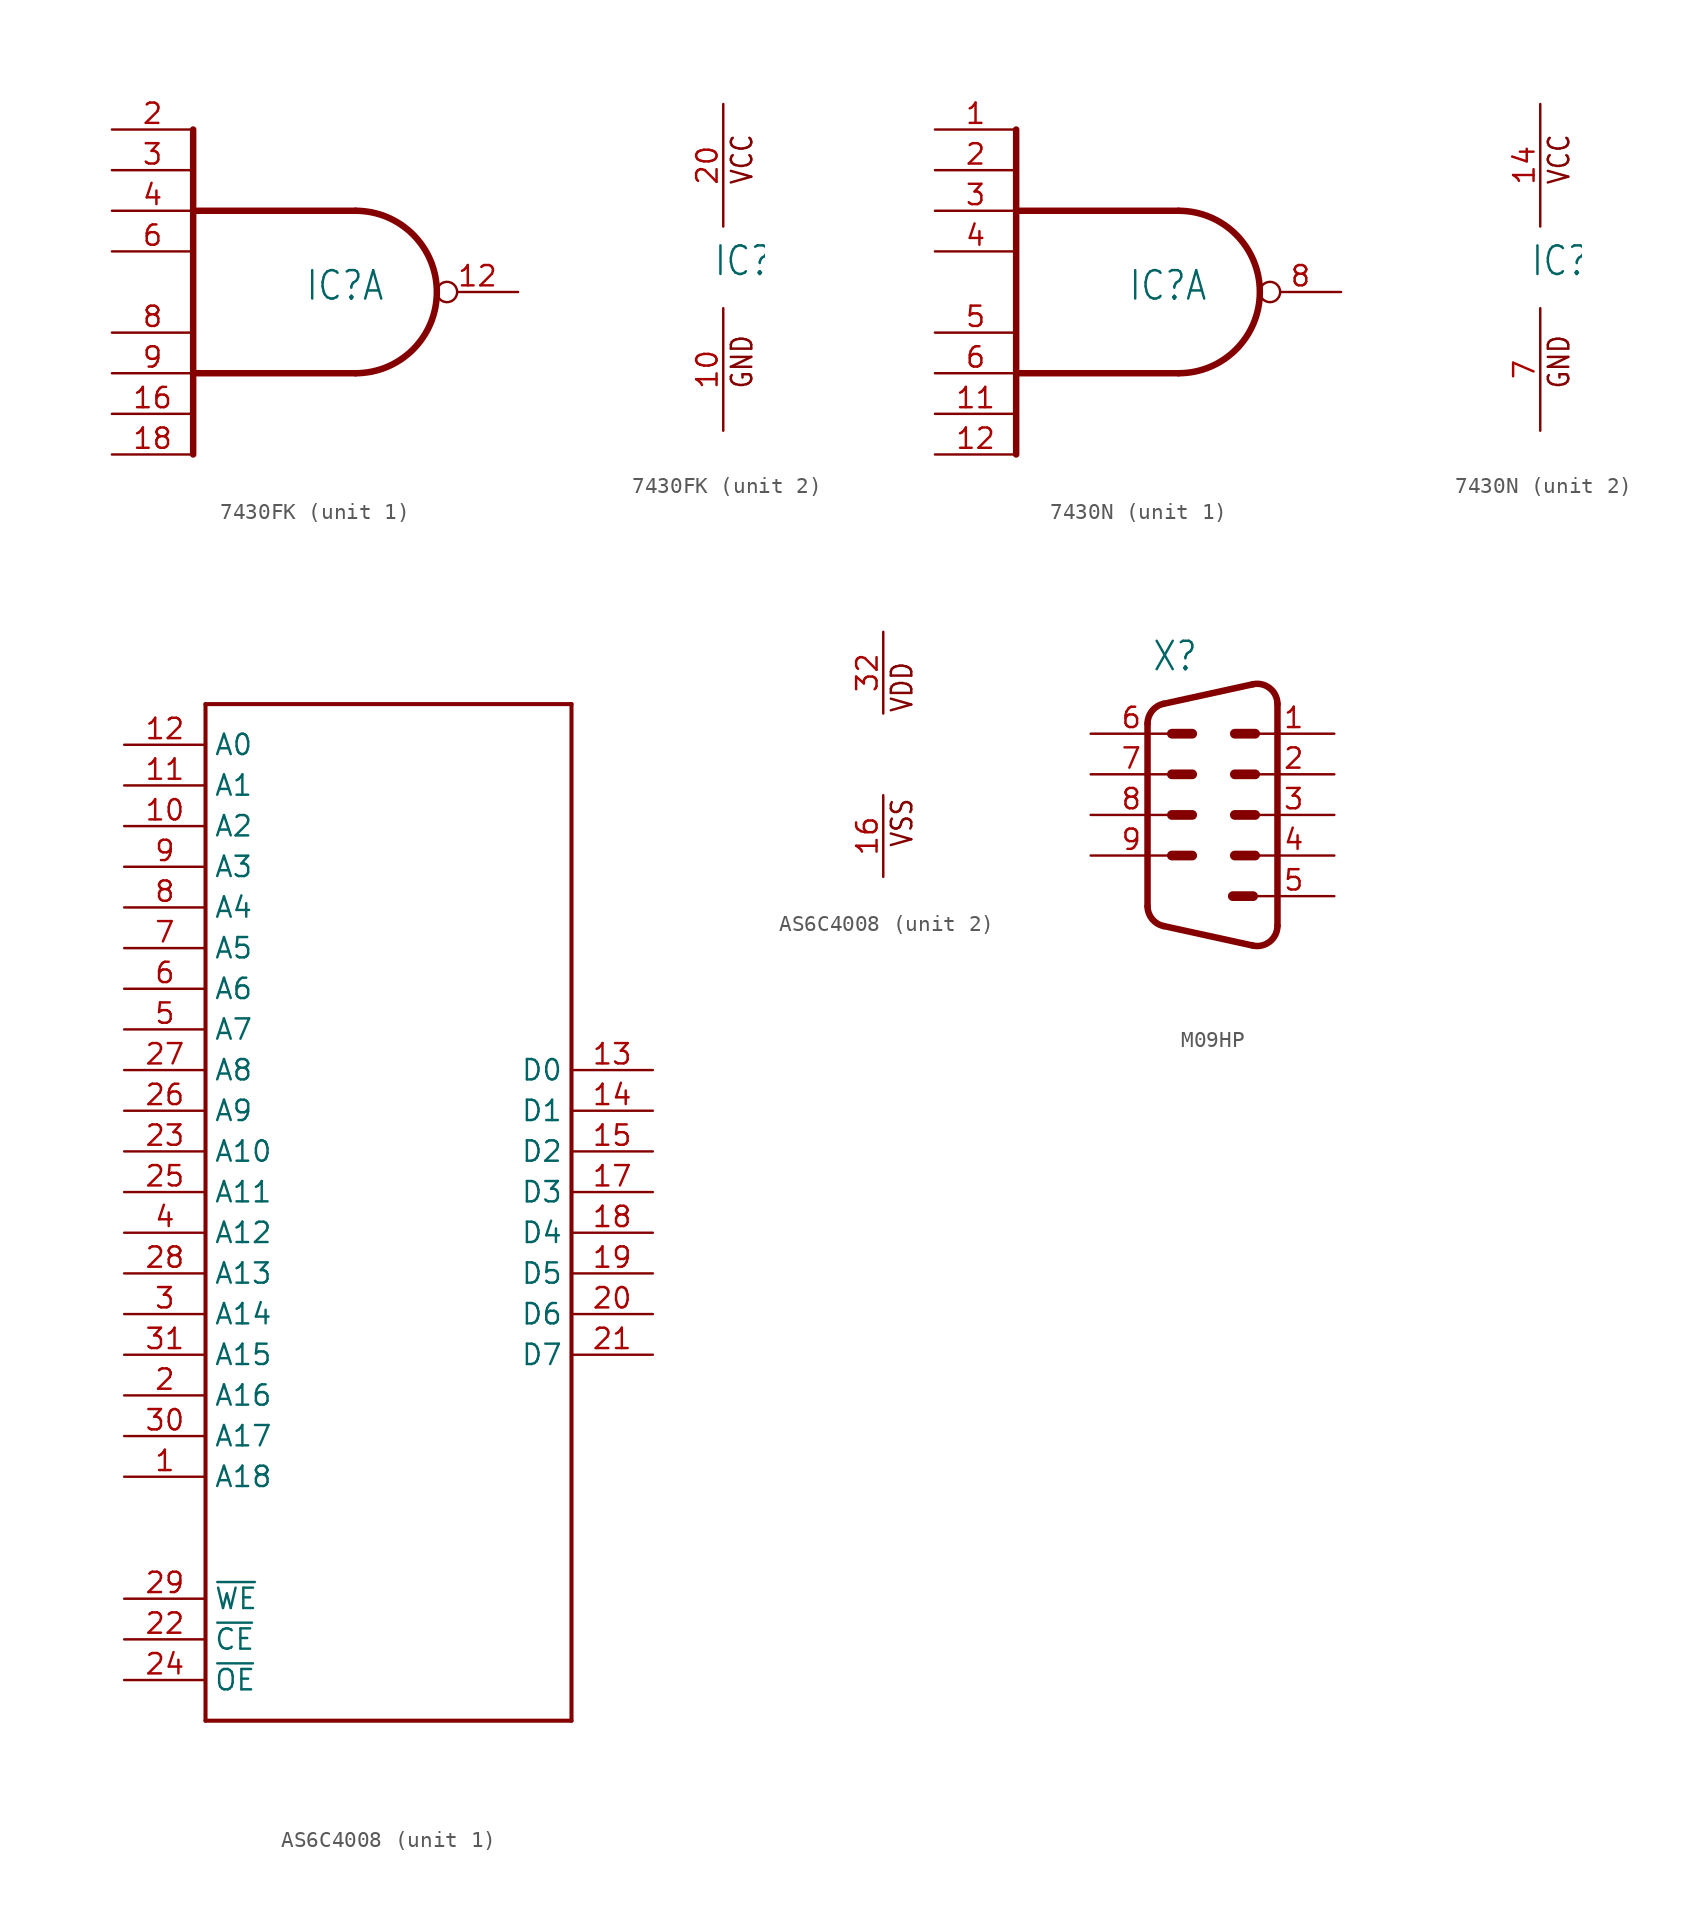
<source format=kicad_sym>
(kicad_symbol_lib
  (version 20220914)
  (generator kicad_symbol_editor)
  (symbol "7430FK"
    (property "Reference" "IC"
      (at -0.635 -0.635 0)
      (effects (font (size 1.778 1.511)) (justify left bottom)))
    (property "ki_locked" ""
      (at 0 0 0)
      (effects (font (size 1.27 1.27))))
    (symbol "7430FK_1_0"
      (polyline (pts (xy -7.62 -5.08) (xy 2.54 -5.08)) (stroke (width 0.406) (type solid)) (fill (type none)))
      (polyline (pts (xy -7.62 5.08) (xy 2.54 5.08)) (stroke (width 0.406) (type solid)) (fill (type none)))
      (polyline (pts (xy -7.62 10.16) (xy -7.62 -10.16)) (stroke (width 0.406) (type solid)) (fill (type none)))
      (arc (start 2.5398 -5.08) (mid 7.5978 -0.0001) (end 2.54 5.08) (stroke (width 0.4064) (type solid)) (fill (type none)))
      (pin output inverted (at 12.7 0 180) (length 5.08) (name "O" (effects (font (size 0 0)))) (number "12" (effects (font (size 1.27 1.27)))))
      (pin input line (at -12.7 -7.62 0) (length 5.08) (name "I6" (effects (font (size 0 0)))) (number "16" (effects (font (size 1.27 1.27)))))
      (pin input line (at -12.7 -10.16 0) (length 5.08) (name "I7" (effects (font (size 0 0)))) (number "18" (effects (font (size 1.27 1.27)))))
      (pin input line (at -12.7 10.16 0) (length 5.08) (name "I0" (effects (font (size 0 0)))) (number "2" (effects (font (size 1.27 1.27)))))
      (pin input line (at -12.7 7.62 0) (length 5.08) (name "I1" (effects (font (size 0 0)))) (number "3" (effects (font (size 1.27 1.27)))))
      (pin input line (at -12.7 5.08 0) (length 5.08) (name "I2" (effects (font (size 0 0)))) (number "4" (effects (font (size 1.27 1.27)))))
      (pin input line (at -12.7 2.54 0) (length 5.08) (name "I3" (effects (font (size 0 0)))) (number "6" (effects (font (size 1.27 1.27)))))
      (pin input line (at -12.7 -2.54 0) (length 5.08) (name "I4" (effects (font (size 0 0)))) (number "8" (effects (font (size 1.27 1.27)))))
      (pin input line (at -12.7 -5.08 0) (length 5.08) (name "I5" (effects (font (size 0 0)))) (number "9" (effects (font (size 1.27 1.27))))))
    (symbol "7430FK_2_0"
      (text "GND" (at 1.905 -7.62 900) (effects (font (size 1.27 1.079)) (justify left bottom)))
      (text "VCC" (at 1.905 5.08 900) (effects (font (size 1.27 1.079)) (justify left bottom)))
      (pin power_in line (at 0 -10.16 90) (length 7.62) (name "GND" (effects (font (size 0 0)))) (number "10" (effects (font (size 1.27 1.27)))))
      (pin power_in line (at 0 10.16 270) (length 7.62) (name "VCC" (effects (font (size 0 0)))) (number "20" (effects (font (size 1.27 1.27)))))))
  (symbol "7430N"
    (property "Reference" "IC"
      (at -0.635 -0.635 0)
      (effects (font (size 1.778 1.511)) (justify left bottom)))
    (property "ki_locked" ""
      (at 0 0 0)
      (effects (font (size 1.27 1.27))))
    (symbol "7430N_1_0"
      (polyline (pts (xy -7.62 -5.08) (xy 2.54 -5.08)) (stroke (width 0.406) (type solid)) (fill (type none)))
      (polyline (pts (xy -7.62 5.08) (xy 2.54 5.08)) (stroke (width 0.406) (type solid)) (fill (type none)))
      (polyline (pts (xy -7.62 10.16) (xy -7.62 -10.16)) (stroke (width 0.406) (type solid)) (fill (type none)))
      (arc (start 2.5398 -5.08) (mid 7.5978 -0.0001) (end 2.54 5.08) (stroke (width 0.4064) (type solid)) (fill (type none)))
      (pin input line (at -12.7 10.16 0) (length 5.08) (name "I0" (effects (font (size 0 0)))) (number "1" (effects (font (size 1.27 1.27)))))
      (pin input line (at -12.7 -7.62 0) (length 5.08) (name "I6" (effects (font (size 0 0)))) (number "11" (effects (font (size 1.27 1.27)))))
      (pin input line (at -12.7 -10.16 0) (length 5.08) (name "I7" (effects (font (size 0 0)))) (number "12" (effects (font (size 1.27 1.27)))))
      (pin input line (at -12.7 7.62 0) (length 5.08) (name "I1" (effects (font (size 0 0)))) (number "2" (effects (font (size 1.27 1.27)))))
      (pin input line (at -12.7 5.08 0) (length 5.08) (name "I2" (effects (font (size 0 0)))) (number "3" (effects (font (size 1.27 1.27)))))
      (pin input line (at -12.7 2.54 0) (length 5.08) (name "I3" (effects (font (size 0 0)))) (number "4" (effects (font (size 1.27 1.27)))))
      (pin input line (at -12.7 -2.54 0) (length 5.08) (name "I4" (effects (font (size 0 0)))) (number "5" (effects (font (size 1.27 1.27)))))
      (pin input line (at -12.7 -5.08 0) (length 5.08) (name "I5" (effects (font (size 0 0)))) (number "6" (effects (font (size 1.27 1.27)))))
      (pin output inverted (at 12.7 0 180) (length 5.08) (name "O" (effects (font (size 0 0)))) (number "8" (effects (font (size 1.27 1.27))))))
    (symbol "7430N_2_0"
      (text "GND" (at 1.905 -7.62 900) (effects (font (size 1.27 1.079)) (justify left bottom)))
      (text "VCC" (at 1.905 5.08 900) (effects (font (size 1.27 1.079)) (justify left bottom)))
      (pin power_in line (at 0 10.16 270) (length 7.62) (name "VCC" (effects (font (size 0 0)))) (number "14" (effects (font (size 1.27 1.27)))))
      (pin power_in line (at 0 -10.16 90) (length 7.62) (name "GND" (effects (font (size 0 0)))) (number "7" (effects (font (size 1.27 1.27)))))))
  (symbol "AS6C4008"
    (property "Reference" ""
      (at -1.27 -0.635 0)
      (effects (font (size 1.778 1.511)) (justify left bottom) hide))
    (property "ki_locked" ""
      (at 0 0 0)
      (effects (font (size 1.27 1.27))))
    (symbol "AS6C4008_1_0"
      (polyline (pts (xy -12.7 -30.48) (xy 10.16 -30.48)) (stroke (width 0.254) (type solid)) (fill (type none)))
      (polyline (pts (xy -12.7 33.02) (xy -12.7 -30.48)) (stroke (width 0.254) (type solid)) (fill (type none)))
      (polyline (pts (xy 10.16 -30.48) (xy 10.16 33.02)) (stroke (width 0.254) (type solid)) (fill (type none)))
      (polyline (pts (xy 10.16 33.02) (xy -12.7 33.02)) (stroke (width 0.254) (type solid)) (fill (type none)))
      (pin bidirectional line (at -17.78 -15.24 0) (length 5.08) (name "A18" (effects (font (size 1.27 1.27)))) (number "1" (effects (font (size 1.27 1.27)))))
      (pin bidirectional line (at -17.78 25.4 0) (length 5.08) (name "A2" (effects (font (size 1.27 1.27)))) (number "10" (effects (font (size 1.27 1.27)))))
      (pin bidirectional line (at -17.78 27.94 0) (length 5.08) (name "A1" (effects (font (size 1.27 1.27)))) (number "11" (effects (font (size 1.27 1.27)))))
      (pin bidirectional line (at -17.78 30.48 0) (length 5.08) (name "A0" (effects (font (size 1.27 1.27)))) (number "12" (effects (font (size 1.27 1.27)))))
      (pin bidirectional line (at 15.24 10.16 180) (length 5.08) (name "D0" (effects (font (size 1.27 1.27)))) (number "13" (effects (font (size 1.27 1.27)))))
      (pin bidirectional line (at 15.24 7.62 180) (length 5.08) (name "D1" (effects (font (size 1.27 1.27)))) (number "14" (effects (font (size 1.27 1.27)))))
      (pin bidirectional line (at 15.24 5.08 180) (length 5.08) (name "D2" (effects (font (size 1.27 1.27)))) (number "15" (effects (font (size 1.27 1.27)))))
      (pin bidirectional line (at 15.24 2.54 180) (length 5.08) (name "D3" (effects (font (size 1.27 1.27)))) (number "17" (effects (font (size 1.27 1.27)))))
      (pin bidirectional line (at 15.24 0 180) (length 5.08) (name "D4" (effects (font (size 1.27 1.27)))) (number "18" (effects (font (size 1.27 1.27)))))
      (pin bidirectional line (at 15.24 -2.54 180) (length 5.08) (name "D5" (effects (font (size 1.27 1.27)))) (number "19" (effects (font (size 1.27 1.27)))))
      (pin bidirectional line (at -17.78 -10.16 0) (length 5.08) (name "A16" (effects (font (size 1.27 1.27)))) (number "2" (effects (font (size 1.27 1.27)))))
      (pin bidirectional line (at 15.24 -5.08 180) (length 5.08) (name "D6" (effects (font (size 1.27 1.27)))) (number "20" (effects (font (size 1.27 1.27)))))
      (pin bidirectional line (at 15.24 -7.62 180) (length 5.08) (name "D7" (effects (font (size 1.27 1.27)))) (number "21" (effects (font (size 1.27 1.27)))))
      (pin bidirectional line (at -17.78 -25.4 0) (length 5.08) (name "~{CE}" (effects (font (size 1.27 1.27)))) (number "22" (effects (font (size 1.27 1.27)))))
      (pin bidirectional line (at -17.78 5.08 0) (length 5.08) (name "A10" (effects (font (size 1.27 1.27)))) (number "23" (effects (font (size 1.27 1.27)))))
      (pin bidirectional line (at -17.78 -27.94 0) (length 5.08) (name "~{OE}" (effects (font (size 1.27 1.27)))) (number "24" (effects (font (size 1.27 1.27)))))
      (pin bidirectional line (at -17.78 2.54 0) (length 5.08) (name "A11" (effects (font (size 1.27 1.27)))) (number "25" (effects (font (size 1.27 1.27)))))
      (pin bidirectional line (at -17.78 7.62 0) (length 5.08) (name "A9" (effects (font (size 1.27 1.27)))) (number "26" (effects (font (size 1.27 1.27)))))
      (pin bidirectional line (at -17.78 10.16 0) (length 5.08) (name "A8" (effects (font (size 1.27 1.27)))) (number "27" (effects (font (size 1.27 1.27)))))
      (pin bidirectional line (at -17.78 -2.54 0) (length 5.08) (name "A13" (effects (font (size 1.27 1.27)))) (number "28" (effects (font (size 1.27 1.27)))))
      (pin bidirectional line (at -17.78 -22.86 0) (length 5.08) (name "~{WE}" (effects (font (size 1.27 1.27)))) (number "29" (effects (font (size 1.27 1.27)))))
      (pin bidirectional line (at -17.78 -5.08 0) (length 5.08) (name "A14" (effects (font (size 1.27 1.27)))) (number "3" (effects (font (size 1.27 1.27)))))
      (pin bidirectional line (at -17.78 -12.7 0) (length 5.08) (name "A17" (effects (font (size 1.27 1.27)))) (number "30" (effects (font (size 1.27 1.27)))))
      (pin bidirectional line (at -17.78 -7.62 0) (length 5.08) (name "A15" (effects (font (size 1.27 1.27)))) (number "31" (effects (font (size 1.27 1.27)))))
      (pin bidirectional line (at -17.78 0 0) (length 5.08) (name "A12" (effects (font (size 1.27 1.27)))) (number "4" (effects (font (size 1.27 1.27)))))
      (pin bidirectional line (at -17.78 12.7 0) (length 5.08) (name "A7" (effects (font (size 1.27 1.27)))) (number "5" (effects (font (size 1.27 1.27)))))
      (pin bidirectional line (at -17.78 15.24 0) (length 5.08) (name "A6" (effects (font (size 1.27 1.27)))) (number "6" (effects (font (size 1.27 1.27)))))
      (pin bidirectional line (at -17.78 17.78 0) (length 5.08) (name "A5" (effects (font (size 1.27 1.27)))) (number "7" (effects (font (size 1.27 1.27)))))
      (pin bidirectional line (at -17.78 20.32 0) (length 5.08) (name "A4" (effects (font (size 1.27 1.27)))) (number "8" (effects (font (size 1.27 1.27)))))
      (pin bidirectional line (at -17.78 22.86 0) (length 5.08) (name "A3" (effects (font (size 1.27 1.27)))) (number "9" (effects (font (size 1.27 1.27))))))
    (symbol "AS6C4008_2_0"
      (text "VDD" (at 1.905 2.54 900) (effects (font (size 1.27 1.079)) (justify left bottom)))
      (text "VSS" (at 1.905 -5.842 900) (effects (font (size 1.27 1.079)) (justify left bottom)))
      (pin power_in line (at 0 -7.62 90) (length 5.08) (name "VSS" (effects (font (size 0 0)))) (number "16" (effects (font (size 1.27 1.27)))))
      (pin power_in line (at 0 7.62 270) (length 5.08) (name "VDD" (effects (font (size 0 0)))) (number "32" (effects (font (size 1.27 1.27)))))))
  (symbol "M09HP"
    (property "Reference" "X"
      (at -3.81 8.89 0)
      (effects (font (size 1.778 1.511)) (justify left bottom)))
    (property "Value" ""
      (at -3.81 -10.795 0)
      (effects (font (size 1.778 1.511)) (justify left bottom)))
    (property "ki_locked" ""
      (at 0 0 0)
      (effects (font (size 1.27 1.27))))
    (symbol "M09HP_1_0"
      (arc (start -4.064 -5.7088) (mid -3.7833 -6.5051) (end -3.0653 -6.9495) (stroke (width 0.4064) (type solid)) (fill (type none)))
      (arc (start -3.0653 6.9495) (mid -3.7833 6.5051) (end -4.064 5.7088) (stroke (width 0.4064) (type solid)) (fill (type none)))
      (polyline (pts (xy -4.064 5.709) (xy -4.064 -5.709)) (stroke (width 0.406) (type solid)) (fill (type none)))
      (polyline (pts (xy -2.54 -2.54) (xy -1.27 -2.54)) (stroke (width 0.61) (type solid)) (fill (type none)))
      (polyline (pts (xy -2.54 0) (xy -1.27 0)) (stroke (width 0.61) (type solid)) (fill (type none)))
      (polyline (pts (xy -2.54 2.54) (xy -1.27 2.54)) (stroke (width 0.61) (type solid)) (fill (type none)))
      (polyline (pts (xy -2.54 5.08) (xy -1.27 5.08)) (stroke (width 0.61) (type solid)) (fill (type none)))
      (polyline (pts (xy 1.27 -5.08) (xy 2.54 -5.08)) (stroke (width 0.61) (type solid)) (fill (type none)))
      (polyline (pts (xy 1.397 -2.54) (xy 2.667 -2.54)) (stroke (width 0.61) (type solid)) (fill (type none)))
      (polyline (pts (xy 1.397 0) (xy 2.667 0)) (stroke (width 0.61) (type solid)) (fill (type none)))
      (polyline (pts (xy 1.397 2.54) (xy 2.667 2.54)) (stroke (width 0.61) (type solid)) (fill (type none)))
      (polyline (pts (xy 1.397 5.08) (xy 2.667 5.08)) (stroke (width 0.61) (type solid)) (fill (type none)))
      (polyline (pts (xy 2.523 -8.172) (xy -3.065 -6.949)) (stroke (width 0.406) (type solid)) (fill (type none)))
      (polyline (pts (xy 2.523 8.172) (xy -3.065 6.949)) (stroke (width 0.406) (type solid)) (fill (type none)))
      (polyline (pts (xy 4.064 6.931) (xy 4.064 -6.931)) (stroke (width 0.406) (type solid)) (fill (type none)))
      (arc (start 2.5226 -8.1718) (mid 3.5901 -7.9204) (end 4.0637 -6.9312) (stroke (width 0.4064) (type solid)) (fill (type none)))
      (arc (start 4.0639 6.9311) (mid 3.5903 7.9205) (end 2.5226 8.1719) (stroke (width 0.4064) (type solid)) (fill (type none)))
      (pin passive line (at 7.62 5.08 180) (length 5.08) (name "1" (effects (font (size 0 0)))) (number "1" (effects (font (size 1.27 1.27)))))
      (pin passive line (at 7.62 2.54 180) (length 5.08) (name "2" (effects (font (size 0 0)))) (number "2" (effects (font (size 1.27 1.27)))))
      (pin passive line (at 7.62 0 180) (length 5.08) (name "3" (effects (font (size 0 0)))) (number "3" (effects (font (size 1.27 1.27)))))
      (pin passive line (at 7.62 -2.54 180) (length 5.08) (name "4" (effects (font (size 0 0)))) (number "4" (effects (font (size 1.27 1.27)))))
      (pin passive line (at 7.62 -5.08 180) (length 5.08) (name "5" (effects (font (size 0 0)))) (number "5" (effects (font (size 1.27 1.27)))))
      (pin passive line (at -7.62 5.08 0) (length 5.08) (name "6" (effects (font (size 0 0)))) (number "6" (effects (font (size 1.27 1.27)))))
      (pin passive line (at -7.62 2.54 0) (length 5.08) (name "7" (effects (font (size 0 0)))) (number "7" (effects (font (size 1.27 1.27)))))
      (pin passive line (at -7.62 0 0) (length 5.08) (name "8" (effects (font (size 0 0)))) (number "8" (effects (font (size 1.27 1.27)))))
      (pin passive line (at -7.62 -2.54 0) (length 5.08) (name "9" (effects (font (size 0 0)))) (number "9" (effects (font (size 1.27 1.27))))))))
</source>
